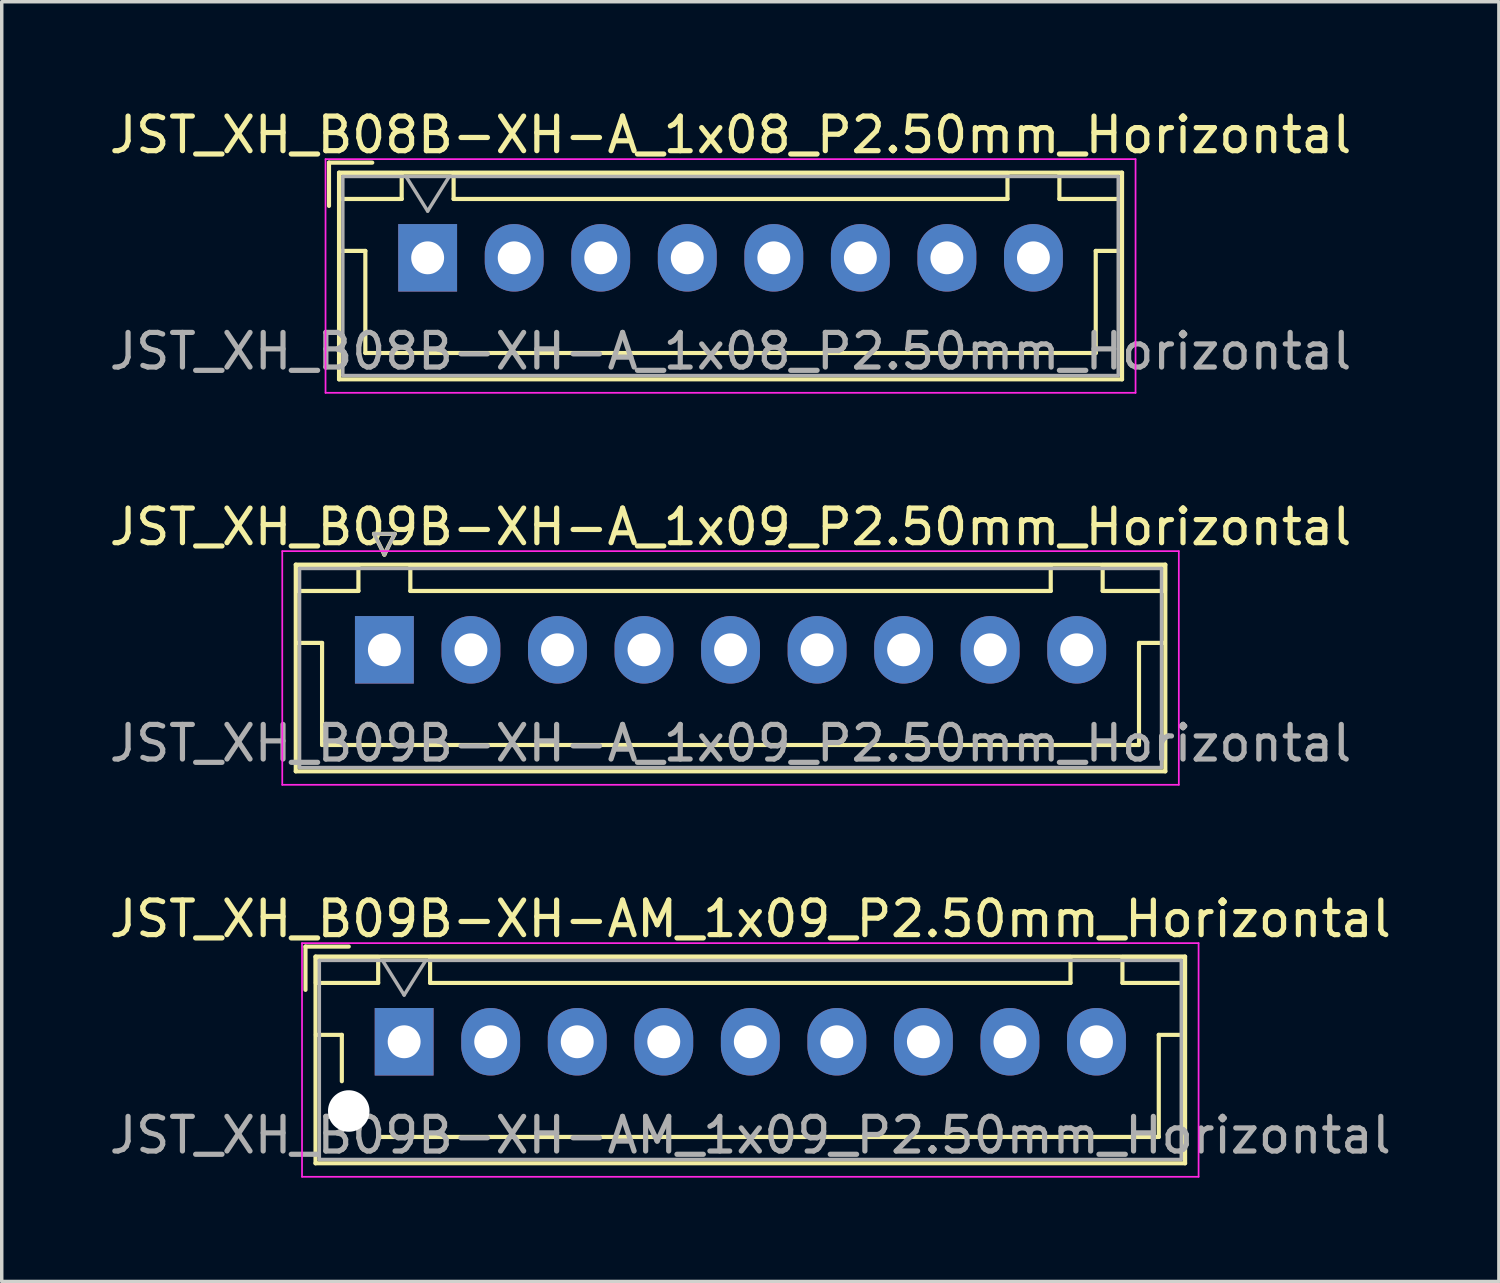
<source format=kicad_pcb>
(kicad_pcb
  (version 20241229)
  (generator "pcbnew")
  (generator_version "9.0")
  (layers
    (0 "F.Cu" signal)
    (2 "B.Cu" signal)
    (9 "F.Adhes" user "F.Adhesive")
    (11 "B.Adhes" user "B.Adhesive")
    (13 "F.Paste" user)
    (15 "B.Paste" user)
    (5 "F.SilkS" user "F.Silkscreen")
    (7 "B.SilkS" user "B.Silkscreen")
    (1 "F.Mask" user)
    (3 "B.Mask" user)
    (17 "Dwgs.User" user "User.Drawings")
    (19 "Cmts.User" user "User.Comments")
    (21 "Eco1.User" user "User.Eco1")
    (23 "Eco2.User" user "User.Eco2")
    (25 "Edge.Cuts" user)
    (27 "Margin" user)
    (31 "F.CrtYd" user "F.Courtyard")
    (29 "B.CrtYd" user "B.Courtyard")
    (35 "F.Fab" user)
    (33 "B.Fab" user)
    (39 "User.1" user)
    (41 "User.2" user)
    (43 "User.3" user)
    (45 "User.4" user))
  (footprint "JST_XH_B09B-XH-AM_1x09_P2.50mm_Horizontal"
    (layer "F.Cu")
    (at 8.625 27.045)
    (property "Reference" "JST_XH_B09B-XH-AM_1x09_P2.50mm_Horizontal" (at 10 -3.55 0) (layer "F.SilkS") (effects (font (size 1 1) (thickness 0.15))))
    (attr through_hole)
    (fp_line (start -2.85 -2.75) (end -2.85 -1.5) (stroke (width 0.12) (type solid)) (layer "F.SilkS"))
    (fp_line (start -2.56 -2.46) (end -2.56 3.51) (stroke (width 0.12) (type solid)) (layer "F.SilkS"))
    (fp_line (start -2.56 3.51) (end 22.56 3.51) (stroke (width 0.12) (type solid)) (layer "F.SilkS"))
    (fp_line (start -2.55 -2.45) (end -2.55 -1.7) (stroke (width 0.12) (type solid)) (layer "F.SilkS"))
    (fp_line (start -2.55 -1.7) (end -0.75 -1.7) (stroke (width 0.12) (type solid)) (layer "F.SilkS"))
    (fp_line (start -2.55 -0.2) (end -1.8 -0.2) (stroke (width 0.12) (type solid)) (layer "F.SilkS"))
    (fp_line (start -1.8 -0.2) (end -1.8 1.14) (stroke (width 0.12) (type solid)) (layer "F.SilkS"))
    (fp_line (start -1.6 -2.75) (end -2.85 -2.75) (stroke (width 0.12) (type solid)) (layer "F.SilkS"))
    (fp_line (start -0.75 -2.45) (end -2.55 -2.45) (stroke (width 0.12) (type solid)) (layer "F.SilkS"))
    (fp_line (start -0.75 -1.7) (end -0.75 -2.45) (stroke (width 0.12) (type solid)) (layer "F.SilkS"))
    (fp_line (start 0.75 -2.45) (end 0.75 -1.7) (stroke (width 0.12) (type solid)) (layer "F.SilkS"))
    (fp_line (start 0.75 -1.7) (end 19.25 -1.7) (stroke (width 0.12) (type solid)) (layer "F.SilkS"))
    (fp_line (start 10 2.75) (end -0.74 2.75) (stroke (width 0.12) (type solid)) (layer "F.SilkS"))
    (fp_line (start 19.25 -2.45) (end 0.75 -2.45) (stroke (width 0.12) (type solid)) (layer "F.SilkS"))
    (fp_line (start 19.25 -1.7) (end 19.25 -2.45) (stroke (width 0.12) (type solid)) (layer "F.SilkS"))
    (fp_line (start 20.75 -2.45) (end 20.75 -1.7) (stroke (width 0.12) (type solid)) (layer "F.SilkS"))
    (fp_line (start 20.75 -1.7) (end 22.55 -1.7) (stroke (width 0.12) (type solid)) (layer "F.SilkS"))
    (fp_line (start 21.8 -0.2) (end 21.8 2.75) (stroke (width 0.12) (type solid)) (layer "F.SilkS"))
    (fp_line (start 21.8 2.75) (end 10 2.75) (stroke (width 0.12) (type solid)) (layer "F.SilkS"))
    (fp_line (start 22.55 -2.45) (end 20.75 -2.45) (stroke (width 0.12) (type solid)) (layer "F.SilkS"))
    (fp_line (start 22.55 -1.7) (end 22.55 -2.45) (stroke (width 0.12) (type solid)) (layer "F.SilkS"))
    (fp_line (start 22.55 -0.2) (end 21.8 -0.2) (stroke (width 0.12) (type solid)) (layer "F.SilkS"))
    (fp_line (start 22.56 -2.46) (end -2.56 -2.46) (stroke (width 0.12) (type solid)) (layer "F.SilkS"))
    (fp_line (start 22.56 3.51) (end 22.56 -2.46) (stroke (width 0.12) (type solid)) (layer "F.SilkS"))
    (fp_line (start -2.95 -2.85) (end -2.95 3.9) (stroke (width 0.05) (type solid)) (layer "F.CrtYd"))
    (fp_line (start -2.95 3.9) (end 22.95 3.9) (stroke (width 0.05) (type solid)) (layer "F.CrtYd"))
    (fp_line (start 22.95 -2.85) (end -2.95 -2.85) (stroke (width 0.05) (type solid)) (layer "F.CrtYd"))
    (fp_line (start 22.95 3.9) (end 22.95 -2.85) (stroke (width 0.05) (type solid)) (layer "F.CrtYd"))
    (fp_line (start -2.45 -2.35) (end -2.45 3.4) (stroke (width 0.1) (type solid)) (layer "F.Fab"))
    (fp_line (start -2.45 3.4) (end 22.45 3.4) (stroke (width 0.1) (type solid)) (layer "F.Fab"))
    (fp_line (start -0.625 -2.35) (end 0 -1.35) (stroke (width 0.1) (type solid)) (layer "F.Fab"))
    (fp_line (start 0 -1.35) (end 0.625 -2.35) (stroke (width 0.1) (type solid)) (layer "F.Fab"))
    (fp_line (start 22.45 -2.35) (end -2.45 -2.35) (stroke (width 0.1) (type solid)) (layer "F.Fab"))
    (fp_line (start 22.45 3.4) (end 22.45 -2.35) (stroke (width 0.1) (type solid)) (layer "F.Fab"))
    (fp_text user "${REFERENCE}" (at 10 2.7 0) (layer "F.Fab") (effects (font (size 1 1) (thickness 0.15))))
    (pad "" np_thru_hole circle (at -1.6 2) (size 1.2 1.2) (drill 1.2) (layers "*.Cu" "*.Mask"))
    (pad "1" thru_hole rect (at 0 0) (size 1.7 1.95) (drill 0.95) (layers "*.Cu" "*.Mask"))
    (pad "2" thru_hole oval (at 2.5 0) (size 1.7 1.95) (drill 0.95) (layers "*.Cu" "*.Mask"))
    (pad "3" thru_hole oval (at 5 0) (size 1.7 1.95) (drill 0.95) (layers "*.Cu" "*.Mask"))
    (pad "4" thru_hole oval (at 7.5 0) (size 1.7 1.95) (drill 0.95) (layers "*.Cu" "*.Mask"))
    (pad "5" thru_hole oval (at 10 0) (size 1.7 1.95) (drill 0.95) (layers "*.Cu" "*.Mask"))
    (pad "6" thru_hole oval (at 12.5 0) (size 1.7 1.95) (drill 0.95) (layers "*.Cu" "*.Mask"))
    (pad "7" thru_hole oval (at 15 0) (size 1.7 1.95) (drill 0.95) (layers "*.Cu" "*.Mask"))
    (pad "8" thru_hole oval (at 17.5 0) (size 1.7 1.95) (drill 0.95) (layers "*.Cu" "*.Mask"))
    (pad "9" thru_hole oval (at 20 0) (size 1.7 1.95) (drill 0.95) (layers "*.Cu" "*.Mask")))
  (footprint "JST_XH_B09B-XH-A_1x09_P2.50mm_Horizontal"
    (layer "F.Cu")
    (at 8.054 15.722)
    (property "Reference" "JST_XH_B09B-XH-A_1x09_P2.50mm_Horizontal" (at 10 -3.55 0) (layer "F.SilkS") (effects (font (size 1 1) (thickness 0.15))))
    (attr through_hole)
    (fp_line (start -2.56 -2.46) (end -2.56 3.51) (stroke (width 0.12) (type solid)) (layer "F.SilkS"))
    (fp_line (start -2.56 3.51) (end 22.56 3.51) (stroke (width 0.12) (type solid)) (layer "F.SilkS"))
    (fp_line (start -2.55 -2.45) (end -2.55 -1.7) (stroke (width 0.12) (type solid)) (layer "F.SilkS"))
    (fp_line (start -2.55 -1.7) (end -0.75 -1.7) (stroke (width 0.12) (type solid)) (layer "F.SilkS"))
    (fp_line (start -2.55 -0.2) (end -1.8 -0.2) (stroke (width 0.12) (type solid)) (layer "F.SilkS"))
    (fp_line (start -1.8 -0.2) (end -1.8 2.75) (stroke (width 0.12) (type solid)) (layer "F.SilkS"))
    (fp_line (start -1.8 2.75) (end 10 2.75) (stroke (width 0.12) (type solid)) (layer "F.SilkS"))
    (fp_line (start -0.75 -2.45) (end -2.55 -2.45) (stroke (width 0.12) (type solid)) (layer "F.SilkS"))
    (fp_line (start -0.75 -1.7) (end -0.75 -2.45) (stroke (width 0.12) (type solid)) (layer "F.SilkS"))
    (fp_line (start -0.3 -3.35) (end 0.3 -3.35) (stroke (width 0.12) (type solid)) (layer "F.SilkS"))
    (fp_line (start 0 -2.75) (end -0.3 -3.35) (stroke (width 0.12) (type solid)) (layer "F.SilkS"))
    (fp_line (start 0.3 -3.35) (end 0 -2.75) (stroke (width 0.12) (type solid)) (layer "F.SilkS"))
    (fp_line (start 0.75 -2.45) (end 0.75 -1.7) (stroke (width 0.12) (type solid)) (layer "F.SilkS"))
    (fp_line (start 0.75 -1.7) (end 19.25 -1.7) (stroke (width 0.12) (type solid)) (layer "F.SilkS"))
    (fp_line (start 19.25 -2.45) (end 0.75 -2.45) (stroke (width 0.12) (type solid)) (layer "F.SilkS"))
    (fp_line (start 19.25 -1.7) (end 19.25 -2.45) (stroke (width 0.12) (type solid)) (layer "F.SilkS"))
    (fp_line (start 20.75 -2.45) (end 20.75 -1.7) (stroke (width 0.12) (type solid)) (layer "F.SilkS"))
    (fp_line (start 20.75 -1.7) (end 22.55 -1.7) (stroke (width 0.12) (type solid)) (layer "F.SilkS"))
    (fp_line (start 21.8 -0.2) (end 21.8 2.75) (stroke (width 0.12) (type solid)) (layer "F.SilkS"))
    (fp_line (start 21.8 2.75) (end 10 2.75) (stroke (width 0.12) (type solid)) (layer "F.SilkS"))
    (fp_line (start 22.55 -2.45) (end 20.75 -2.45) (stroke (width 0.12) (type solid)) (layer "F.SilkS"))
    (fp_line (start 22.55 -1.7) (end 22.55 -2.45) (stroke (width 0.12) (type solid)) (layer "F.SilkS"))
    (fp_line (start 22.55 -0.2) (end 21.8 -0.2) (stroke (width 0.12) (type solid)) (layer "F.SilkS"))
    (fp_line (start 22.56 -2.46) (end -2.56 -2.46) (stroke (width 0.12) (type solid)) (layer "F.SilkS"))
    (fp_line (start 22.56 3.51) (end 22.56 -2.46) (stroke (width 0.12) (type solid)) (layer "F.SilkS"))
    (fp_line (start -2.95 -2.85) (end -2.95 3.9) (stroke (width 0.05) (type solid)) (layer "F.CrtYd"))
    (fp_line (start -2.95 3.9) (end 22.95 3.9) (stroke (width 0.05) (type solid)) (layer "F.CrtYd"))
    (fp_line (start 22.95 -2.85) (end -2.95 -2.85) (stroke (width 0.05) (type solid)) (layer "F.CrtYd"))
    (fp_line (start 22.95 3.9) (end 22.95 -2.85) (stroke (width 0.05) (type solid)) (layer "F.CrtYd"))
    (fp_line (start -2.45 -2.35) (end -2.45 3.4) (stroke (width 0.1) (type solid)) (layer "F.Fab"))
    (fp_line (start -2.45 3.4) (end 22.45 3.4) (stroke (width 0.1) (type solid)) (layer "F.Fab"))
    (fp_line (start -0.3 -3.35) (end 0.3 -3.35) (stroke (width 0.1) (type solid)) (layer "F.Fab"))
    (fp_line (start 0 -2.75) (end -0.3 -3.35) (stroke (width 0.1) (type solid)) (layer "F.Fab"))
    (fp_line (start 0.3 -3.35) (end 0 -2.75) (stroke (width 0.1) (type solid)) (layer "F.Fab"))
    (fp_line (start 22.45 -2.35) (end -2.45 -2.35) (stroke (width 0.1) (type solid)) (layer "F.Fab"))
    (fp_line (start 22.45 3.4) (end 22.45 -2.35) (stroke (width 0.1) (type solid)) (layer "F.Fab"))
    (fp_text user "${REFERENCE}" (at 10 2.7 0) (layer "F.Fab") (effects (font (size 1 1) (thickness 0.15))))
    (pad "1" thru_hole rect (at 0 0) (size 1.7 1.95) (drill 0.95) (layers "*.Cu" "*.Mask"))
    (pad "2" thru_hole oval (at 2.5 0) (size 1.7 1.95) (drill 0.95) (layers "*.Cu" "*.Mask"))
    (pad "3" thru_hole oval (at 5 0) (size 1.7 1.95) (drill 0.95) (layers "*.Cu" "*.Mask"))
    (pad "4" thru_hole oval (at 7.5 0) (size 1.7 1.95) (drill 0.95) (layers "*.Cu" "*.Mask"))
    (pad "5" thru_hole oval (at 10 0) (size 1.7 1.95) (drill 0.95) (layers "*.Cu" "*.Mask"))
    (pad "6" thru_hole oval (at 12.5 0) (size 1.7 1.95) (drill 0.95) (layers "*.Cu" "*.Mask"))
    (pad "7" thru_hole oval (at 15 0) (size 1.7 1.95) (drill 0.95) (layers "*.Cu" "*.Mask"))
    (pad "8" thru_hole oval (at 17.5 0) (size 1.7 1.95) (drill 0.95) (layers "*.Cu" "*.Mask"))
    (pad "9" thru_hole oval (at 20 0) (size 1.7 1.95) (drill 0.95) (layers "*.Cu" "*.Mask")))
  (footprint "JST_XH_B08B-XH-A_1x08_P2.50mm_Horizontal"
    (layer "F.Cu")
    (at 9.304 4.398)
    (property "Reference" "JST_XH_B08B-XH-A_1x08_P2.50mm_Horizontal" (at 8.75 -3.55 0) (layer "F.SilkS") (effects (font (size 1 1) (thickness 0.15))))
    (attr through_hole)
    (fp_line (start -2.85 -2.75) (end -2.85 -1.5) (stroke (width 0.12) (type solid)) (layer "F.SilkS"))
    (fp_line (start -2.56 -2.46) (end -2.56 3.51) (stroke (width 0.12) (type solid)) (layer "F.SilkS"))
    (fp_line (start -2.56 3.51) (end 20.06 3.51) (stroke (width 0.12) (type solid)) (layer "F.SilkS"))
    (fp_line (start -2.55 -2.45) (end -2.55 -1.7) (stroke (width 0.12) (type solid)) (layer "F.SilkS"))
    (fp_line (start -2.55 -1.7) (end -0.75 -1.7) (stroke (width 0.12) (type solid)) (layer "F.SilkS"))
    (fp_line (start -2.55 -0.2) (end -1.8 -0.2) (stroke (width 0.12) (type solid)) (layer "F.SilkS"))
    (fp_line (start -1.8 -0.2) (end -1.8 2.75) (stroke (width 0.12) (type solid)) (layer "F.SilkS"))
    (fp_line (start -1.8 2.75) (end 8.75 2.75) (stroke (width 0.12) (type solid)) (layer "F.SilkS"))
    (fp_line (start -1.6 -2.75) (end -2.85 -2.75) (stroke (width 0.12) (type solid)) (layer "F.SilkS"))
    (fp_line (start -0.75 -2.45) (end -2.55 -2.45) (stroke (width 0.12) (type solid)) (layer "F.SilkS"))
    (fp_line (start -0.75 -1.7) (end -0.75 -2.45) (stroke (width 0.12) (type solid)) (layer "F.SilkS"))
    (fp_line (start 0.75 -2.45) (end 0.75 -1.7) (stroke (width 0.12) (type solid)) (layer "F.SilkS"))
    (fp_line (start 0.75 -1.7) (end 16.75 -1.7) (stroke (width 0.12) (type solid)) (layer "F.SilkS"))
    (fp_line (start 16.75 -2.45) (end 0.75 -2.45) (stroke (width 0.12) (type solid)) (layer "F.SilkS"))
    (fp_line (start 16.75 -1.7) (end 16.75 -2.45) (stroke (width 0.12) (type solid)) (layer "F.SilkS"))
    (fp_line (start 18.25 -2.45) (end 18.25 -1.7) (stroke (width 0.12) (type solid)) (layer "F.SilkS"))
    (fp_line (start 18.25 -1.7) (end 20.05 -1.7) (stroke (width 0.12) (type solid)) (layer "F.SilkS"))
    (fp_line (start 19.3 -0.2) (end 19.3 2.75) (stroke (width 0.12) (type solid)) (layer "F.SilkS"))
    (fp_line (start 19.3 2.75) (end 8.75 2.75) (stroke (width 0.12) (type solid)) (layer "F.SilkS"))
    (fp_line (start 20.05 -2.45) (end 18.25 -2.45) (stroke (width 0.12) (type solid)) (layer "F.SilkS"))
    (fp_line (start 20.05 -1.7) (end 20.05 -2.45) (stroke (width 0.12) (type solid)) (layer "F.SilkS"))
    (fp_line (start 20.05 -0.2) (end 19.3 -0.2) (stroke (width 0.12) (type solid)) (layer "F.SilkS"))
    (fp_line (start 20.06 -2.46) (end -2.56 -2.46) (stroke (width 0.12) (type solid)) (layer "F.SilkS"))
    (fp_line (start 20.06 3.51) (end 20.06 -2.46) (stroke (width 0.12) (type solid)) (layer "F.SilkS"))
    (fp_line (start -2.95 -2.85) (end -2.95 3.9) (stroke (width 0.05) (type solid)) (layer "F.CrtYd"))
    (fp_line (start -2.95 3.9) (end 20.45 3.9) (stroke (width 0.05) (type solid)) (layer "F.CrtYd"))
    (fp_line (start 20.45 -2.85) (end -2.95 -2.85) (stroke (width 0.05) (type solid)) (layer "F.CrtYd"))
    (fp_line (start 20.45 3.9) (end 20.45 -2.85) (stroke (width 0.05) (type solid)) (layer "F.CrtYd"))
    (fp_line (start -2.45 -2.35) (end -2.45 3.4) (stroke (width 0.1) (type solid)) (layer "F.Fab"))
    (fp_line (start -2.45 3.4) (end 19.95 3.4) (stroke (width 0.1) (type solid)) (layer "F.Fab"))
    (fp_line (start -0.625 -2.35) (end 0 -1.35) (stroke (width 0.1) (type solid)) (layer "F.Fab"))
    (fp_line (start 0 -1.35) (end 0.625 -2.35) (stroke (width 0.1) (type solid)) (layer "F.Fab"))
    (fp_line (start 19.95 -2.35) (end -2.45 -2.35) (stroke (width 0.1) (type solid)) (layer "F.Fab"))
    (fp_line (start 19.95 3.4) (end 19.95 -2.35) (stroke (width 0.1) (type solid)) (layer "F.Fab"))
    (fp_text user "${REFERENCE}" (at 8.75 2.7 0) (layer "F.Fab") (effects (font (size 1 1) (thickness 0.15))))
    (pad "1" thru_hole rect (at 0 0) (size 1.7 1.95) (drill 0.95) (layers "*.Cu" "*.Mask"))
    (pad "2" thru_hole oval (at 2.5 0) (size 1.7 1.95) (drill 0.95) (layers "*.Cu" "*.Mask"))
    (pad "3" thru_hole oval (at 5 0) (size 1.7 1.95) (drill 0.95) (layers "*.Cu" "*.Mask"))
    (pad "4" thru_hole oval (at 7.5 0) (size 1.7 1.95) (drill 0.95) (layers "*.Cu" "*.Mask"))
    (pad "5" thru_hole oval (at 10 0) (size 1.7 1.95) (drill 0.95) (layers "*.Cu" "*.Mask"))
    (pad "6" thru_hole oval (at 12.5 0) (size 1.7 1.95) (drill 0.95) (layers "*.Cu" "*.Mask"))
    (pad "7" thru_hole oval (at 15 0) (size 1.7 1.95) (drill 0.95) (layers "*.Cu" "*.Mask"))
    (pad "8" thru_hole oval (at 17.5 0) (size 1.7 1.95) (drill 0.95) (layers "*.Cu" "*.Mask")))
  (gr_rect
    (start -3 -3)
    (end 40.25 33.97)
    (stroke (width 0.1) (type default))
    (fill no)
    (layer "Edge.Cuts")))
</source>
